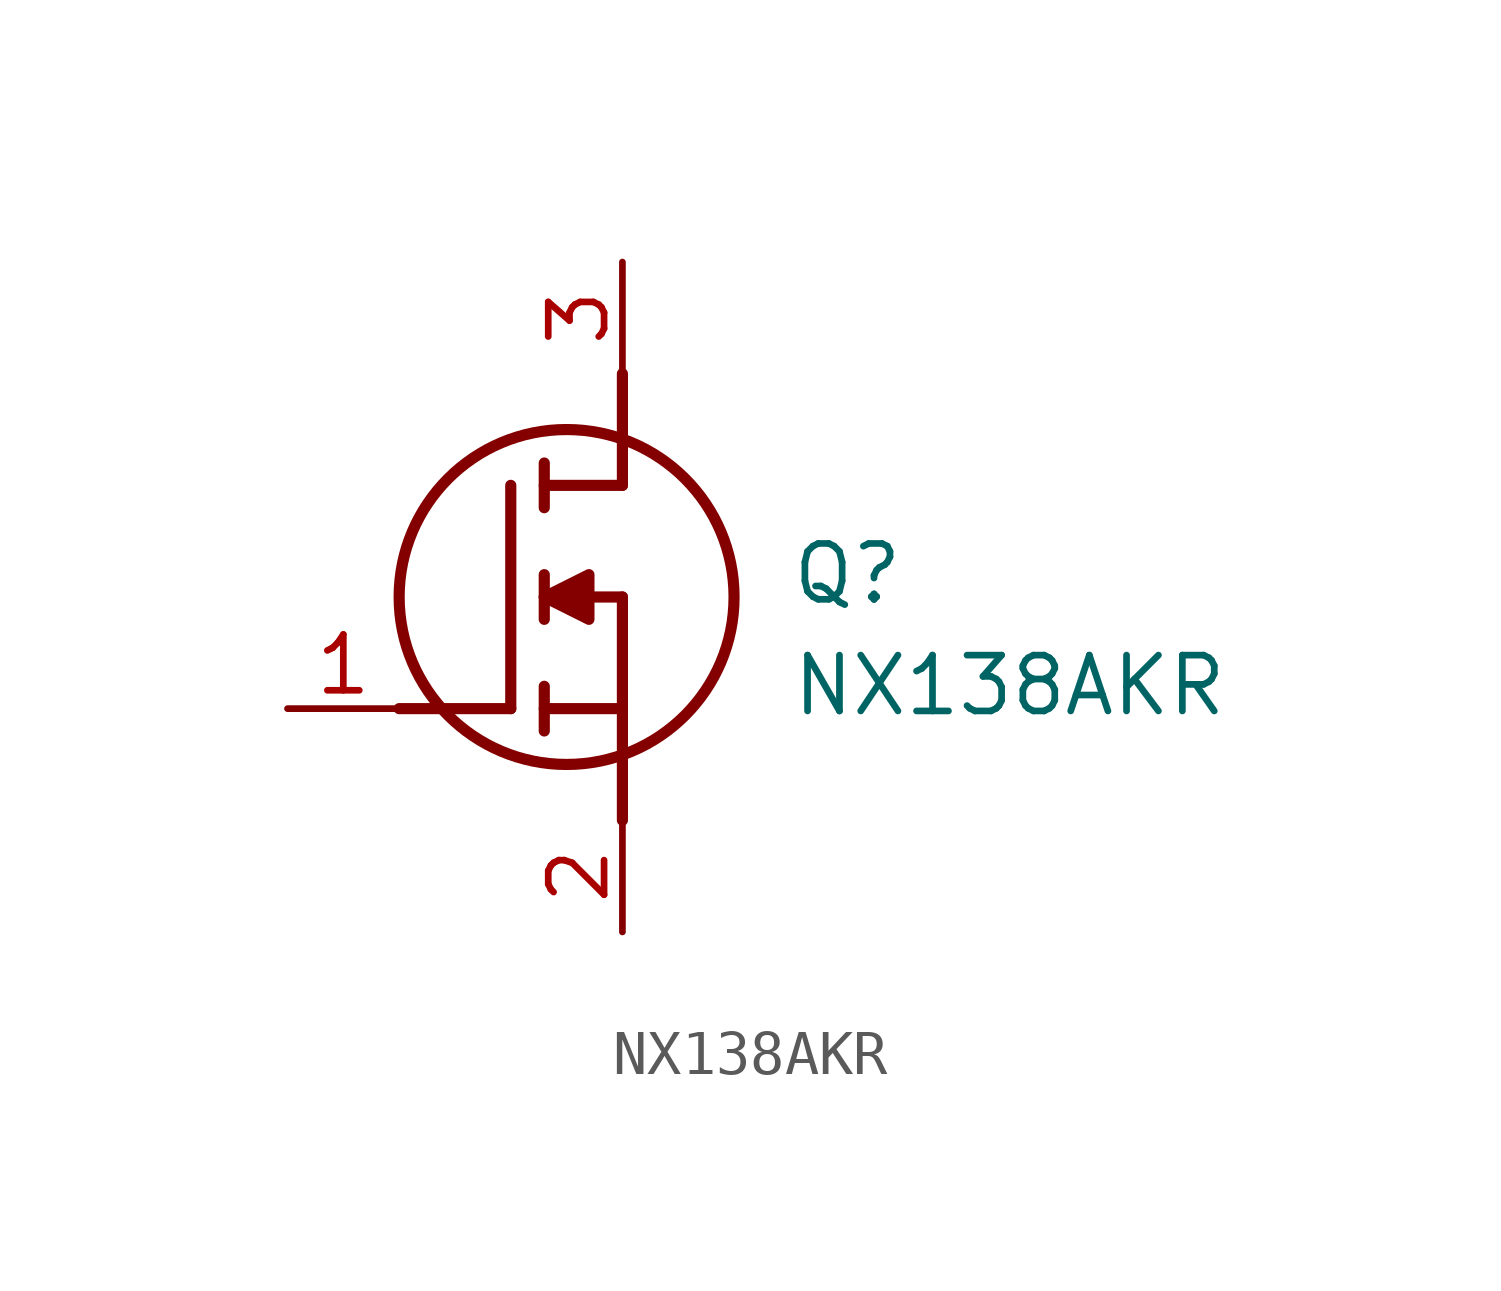
<source format=kicad_sym>
(kicad_symbol_lib
  (version 20211014)
  (generator SamacSys_ECAD_Model)
  (symbol "NX138AKR"
    (pin_names hide)
    (property "Reference" "Q"
      (at 11.43 3.81 0)
      (effects (font (size 1.27 1.27)) (justify left top)))
    (property "Value" "NX138AKR"
      (at 11.43 1.27 0)
      (effects (font (size 1.27 1.27)) (justify left top)))
    (polyline
      (pts (xy 7.62 2.54) (xy 7.62 -2.54))
      (stroke (width 0.254) (type default))
      (fill (type none)))
    (polyline
      (pts (xy 7.62 5.08) (xy 7.62 7.62))
      (stroke (width 0.254) (type default))
      (fill (type none)))
    (polyline
      (pts (xy 2.54 0) (xy 5.08 0))
      (stroke (width 0.254) (type default))
      (fill (type none)))
    (polyline
      (pts (xy 5.08 5.08) (xy 5.08 0))
      (stroke (width 0.254) (type default))
      (fill (type none)))
    (polyline
      (pts (xy 7.62 2.54) (xy 5.842 2.54))
      (stroke (width 0.254) (type default))
      (fill (type none)))
    (polyline
      (pts (xy 7.62 5.08) (xy 5.842 5.08))
      (stroke (width 0.254) (type default))
      (fill (type none)))
    (polyline
      (pts (xy 5.842 0) (xy 7.62 0))
      (stroke (width 0.254) (type default))
      (fill (type none)))
    (polyline
      (pts (xy 5.842 5.588) (xy 5.842 4.572))
      (stroke (width 0.254) (type default))
      (fill (type none)))
    (polyline
      (pts (xy 5.842 -0.508) (xy 5.842 0.508))
      (stroke (width 0.254) (type default))
      (fill (type none)))
    (polyline
      (pts (xy 5.842 2.032) (xy 5.842 3.048))
      (stroke (width 0.254) (type default))
      (fill (type none)))
    (circle
      (center 6.35 2.54)
      (radius 3.81)
      (stroke (width 0.254) (type default))
      (fill (type none)))
    (polyline
      (pts (xy 5.842 2.54) (xy 6.858 3.048) (xy 6.858 2.032) (xy 5.842 2.54))
      (stroke (width 0.254) (type default))
      (fill (type outline)))
    (pin passive line
      (at 0 0 0)
      (length 2.54)
      (name "G" (effects (font (size 1.27 1.27))))
      (number "1" (effects (font (size 1.27 1.27)))))
    (pin passive line
      (at 7.62 10.16 270)
      (length 2.54)
      (name "D" (effects (font (size 1.27 1.27))))
      (number "3" (effects (font (size 1.27 1.27)))))
    (pin passive line
      (at 7.62 -5.08 90)
      (length 2.54)
      (name "S" (effects (font (size 1.27 1.27))))
      (number "2" (effects (font (size 1.27 1.27)))))))
</source>
